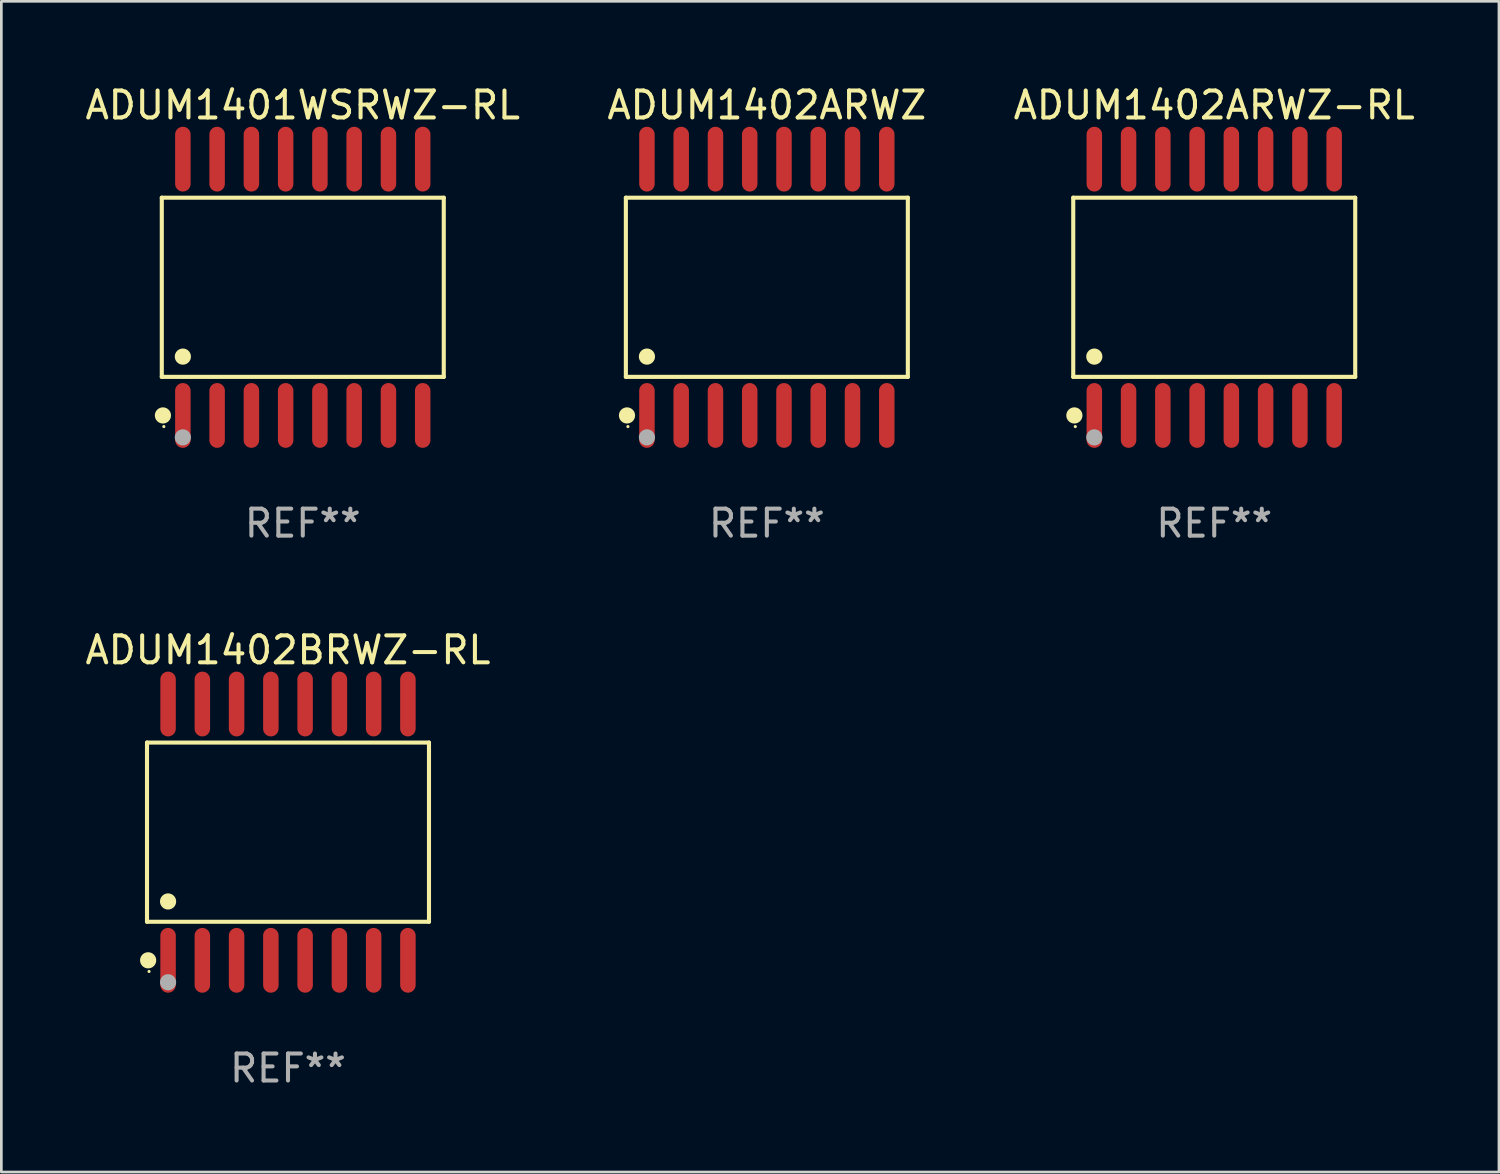
<source format=kicad_pcb>
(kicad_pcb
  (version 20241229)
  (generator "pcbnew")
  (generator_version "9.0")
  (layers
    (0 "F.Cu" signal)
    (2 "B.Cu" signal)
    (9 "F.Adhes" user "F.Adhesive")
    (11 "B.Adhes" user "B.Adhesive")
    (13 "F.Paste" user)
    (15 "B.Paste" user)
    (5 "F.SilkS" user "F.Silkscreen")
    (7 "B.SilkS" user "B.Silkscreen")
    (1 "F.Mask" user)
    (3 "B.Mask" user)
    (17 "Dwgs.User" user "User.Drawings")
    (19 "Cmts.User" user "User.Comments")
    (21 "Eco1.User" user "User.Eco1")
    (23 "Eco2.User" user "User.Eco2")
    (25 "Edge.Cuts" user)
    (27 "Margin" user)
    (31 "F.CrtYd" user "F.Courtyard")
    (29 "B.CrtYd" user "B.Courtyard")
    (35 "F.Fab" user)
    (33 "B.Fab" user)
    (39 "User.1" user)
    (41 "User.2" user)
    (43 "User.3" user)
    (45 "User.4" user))
  (footprint "ADUM1401WSRWZ-RL"
    (layer "F.Cu")
    (at 8.173 7.599)
    (property "Reference" "ADUM1401WSRWZ-RL" (at 0 -6.75 0) (layer "F.SilkS") (effects (font (size 1 1) (thickness 0.15))))
    (attr through_hole)
    (fp_line (start -5.226 -3.321) (end 5.226 -3.321) (stroke (width 0.152) (type solid)) (layer "F.SilkS"))
    (fp_line (start -5.226 3.321) (end -5.226 -3.321) (stroke (width 0.152) (type solid)) (layer "F.SilkS"))
    (fp_line (start 5.226 -3.321) (end 5.226 3.321) (stroke (width 0.152) (type solid)) (layer "F.SilkS"))
    (fp_line (start 5.226 3.321) (end -5.226 3.321) (stroke (width 0.152) (type solid)) (layer "F.SilkS"))
    (fp_circle (center -5.184 4.75) (end -5.034 4.75) (stroke (width 0.3) (type solid)) (fill no) (layer "F.SilkS"))
    (fp_circle (center -5.15 5.163) (end -5.12 5.163) (stroke (width 0.06) (type solid)) (fill no) (layer "F.SilkS"))
    (fp_circle (center -4.445 2.569) (end -4.295 2.569) (stroke (width 0.3) (type solid)) (fill no) (layer "F.SilkS"))
    (fp_circle (center -4.445 5.563) (end -4.295 5.563) (stroke (width 0.3) (type solid)) (fill no) (layer "F.Fab"))
    (fp_text user "REF**" (at 0 8.75 0) (layer "F.Fab") (effects (font (size 1 1) (thickness 0.15))))
    (pad "1" smd oval (at -4.445 4.75) (size 0.574 2.401) (layers "F.Cu" "F.Mask" "F.Paste"))
    (pad "2" smd oval (at -3.175 4.75) (size 0.574 2.401) (layers "F.Cu" "F.Mask" "F.Paste"))
    (pad "3" smd oval (at -1.905 4.75) (size 0.574 2.401) (layers "F.Cu" "F.Mask" "F.Paste"))
    (pad "4" smd oval (at -0.635 4.75) (size 0.574 2.401) (layers "F.Cu" "F.Mask" "F.Paste"))
    (pad "5" smd oval (at 0.635 4.75) (size 0.574 2.401) (layers "F.Cu" "F.Mask" "F.Paste"))
    (pad "6" smd oval (at 1.905 4.75) (size 0.574 2.401) (layers "F.Cu" "F.Mask" "F.Paste"))
    (pad "7" smd oval (at 3.175 4.75) (size 0.574 2.401) (layers "F.Cu" "F.Mask" "F.Paste"))
    (pad "8" smd oval (at 4.445 4.75) (size 0.574 2.401) (layers "F.Cu" "F.Mask" "F.Paste"))
    (pad "9" smd oval (at 4.445 -4.75) (size 0.574 2.401) (layers "F.Cu" "F.Mask" "F.Paste"))
    (pad "10" smd oval (at 3.175 -4.75) (size 0.574 2.401) (layers "F.Cu" "F.Mask" "F.Paste"))
    (pad "11" smd oval (at 1.905 -4.75) (size 0.574 2.401) (layers "F.Cu" "F.Mask" "F.Paste"))
    (pad "12" smd oval (at 0.635 -4.75) (size 0.574 2.401) (layers "F.Cu" "F.Mask" "F.Paste"))
    (pad "13" smd oval (at -0.635 -4.75) (size 0.574 2.401) (layers "F.Cu" "F.Mask" "F.Paste"))
    (pad "14" smd oval (at -1.905 -4.75) (size 0.574 2.401) (layers "F.Cu" "F.Mask" "F.Paste"))
    (pad "15" smd oval (at -3.175 -4.75) (size 0.574 2.401) (layers "F.Cu" "F.Mask" "F.Paste"))
    (pad "16" smd oval (at -4.445 -4.75) (size 0.574 2.401) (layers "F.Cu" "F.Mask" "F.Paste")))
  (footprint "ADUM1402ARWZ-RL"
    (layer "F.Cu")
    (at 41.958 7.599)
    (property "Reference" "ADUM1402ARWZ-RL" (at 0 -6.75 0) (layer "F.SilkS") (effects (font (size 1 1) (thickness 0.15))))
    (attr through_hole)
    (fp_line (start -5.226 -3.321) (end 5.226 -3.321) (stroke (width 0.152) (type solid)) (layer "F.SilkS"))
    (fp_line (start -5.226 3.321) (end -5.226 -3.321) (stroke (width 0.152) (type solid)) (layer "F.SilkS"))
    (fp_line (start 5.226 -3.321) (end 5.226 3.321) (stroke (width 0.152) (type solid)) (layer "F.SilkS"))
    (fp_line (start 5.226 3.321) (end -5.226 3.321) (stroke (width 0.152) (type solid)) (layer "F.SilkS"))
    (fp_circle (center -5.184 4.75) (end -5.034 4.75) (stroke (width 0.3) (type solid)) (fill no) (layer "F.SilkS"))
    (fp_circle (center -5.15 5.163) (end -5.12 5.163) (stroke (width 0.06) (type solid)) (fill no) (layer "F.SilkS"))
    (fp_circle (center -4.445 2.569) (end -4.295 2.569) (stroke (width 0.3) (type solid)) (fill no) (layer "F.SilkS"))
    (fp_circle (center -4.445 5.563) (end -4.295 5.563) (stroke (width 0.3) (type solid)) (fill no) (layer "F.Fab"))
    (fp_text user "REF**" (at 0 8.75 0) (layer "F.Fab") (effects (font (size 1 1) (thickness 0.15))))
    (pad "1" smd oval (at -4.445 4.75) (size 0.574 2.401) (layers "F.Cu" "F.Mask" "F.Paste"))
    (pad "2" smd oval (at -3.175 4.75) (size 0.574 2.401) (layers "F.Cu" "F.Mask" "F.Paste"))
    (pad "3" smd oval (at -1.905 4.75) (size 0.574 2.401) (layers "F.Cu" "F.Mask" "F.Paste"))
    (pad "4" smd oval (at -0.635 4.75) (size 0.574 2.401) (layers "F.Cu" "F.Mask" "F.Paste"))
    (pad "5" smd oval (at 0.635 4.75) (size 0.574 2.401) (layers "F.Cu" "F.Mask" "F.Paste"))
    (pad "6" smd oval (at 1.905 4.75) (size 0.574 2.401) (layers "F.Cu" "F.Mask" "F.Paste"))
    (pad "7" smd oval (at 3.175 4.75) (size 0.574 2.401) (layers "F.Cu" "F.Mask" "F.Paste"))
    (pad "8" smd oval (at 4.445 4.75) (size 0.574 2.401) (layers "F.Cu" "F.Mask" "F.Paste"))
    (pad "9" smd oval (at 4.445 -4.75) (size 0.574 2.401) (layers "F.Cu" "F.Mask" "F.Paste"))
    (pad "10" smd oval (at 3.175 -4.75) (size 0.574 2.401) (layers "F.Cu" "F.Mask" "F.Paste"))
    (pad "11" smd oval (at 1.905 -4.75) (size 0.574 2.401) (layers "F.Cu" "F.Mask" "F.Paste"))
    (pad "12" smd oval (at 0.635 -4.75) (size 0.574 2.401) (layers "F.Cu" "F.Mask" "F.Paste"))
    (pad "13" smd oval (at -0.635 -4.75) (size 0.574 2.401) (layers "F.Cu" "F.Mask" "F.Paste"))
    (pad "14" smd oval (at -1.905 -4.75) (size 0.574 2.401) (layers "F.Cu" "F.Mask" "F.Paste"))
    (pad "15" smd oval (at -3.175 -4.75) (size 0.574 2.401) (layers "F.Cu" "F.Mask" "F.Paste"))
    (pad "16" smd oval (at -4.445 -4.75) (size 0.574 2.401) (layers "F.Cu" "F.Mask" "F.Paste")))
  (footprint "ADUM1402ARWZ"
    (layer "F.Cu")
    (at 25.375 7.599)
    (property "Reference" "ADUM1402ARWZ" (at 0 -6.75 0) (layer "F.SilkS") (effects (font (size 1 1) (thickness 0.15))))
    (attr through_hole)
    (fp_line (start -5.226 -3.321) (end 5.226 -3.321) (stroke (width 0.152) (type solid)) (layer "F.SilkS"))
    (fp_line (start -5.226 3.321) (end -5.226 -3.321) (stroke (width 0.152) (type solid)) (layer "F.SilkS"))
    (fp_line (start 5.226 -3.321) (end 5.226 3.321) (stroke (width 0.152) (type solid)) (layer "F.SilkS"))
    (fp_line (start 5.226 3.321) (end -5.226 3.321) (stroke (width 0.152) (type solid)) (layer "F.SilkS"))
    (fp_circle (center -5.184 4.75) (end -5.034 4.75) (stroke (width 0.3) (type solid)) (fill no) (layer "F.SilkS"))
    (fp_circle (center -5.15 5.163) (end -5.12 5.163) (stroke (width 0.06) (type solid)) (fill no) (layer "F.SilkS"))
    (fp_circle (center -4.445 2.569) (end -4.295 2.569) (stroke (width 0.3) (type solid)) (fill no) (layer "F.SilkS"))
    (fp_circle (center -4.445 5.563) (end -4.295 5.563) (stroke (width 0.3) (type solid)) (fill no) (layer "F.Fab"))
    (fp_text user "REF**" (at 0 8.75 0) (layer "F.Fab") (effects (font (size 1 1) (thickness 0.15))))
    (pad "1" smd oval (at -4.445 4.75) (size 0.574 2.401) (layers "F.Cu" "F.Mask" "F.Paste"))
    (pad "2" smd oval (at -3.175 4.75) (size 0.574 2.401) (layers "F.Cu" "F.Mask" "F.Paste"))
    (pad "3" smd oval (at -1.905 4.75) (size 0.574 2.401) (layers "F.Cu" "F.Mask" "F.Paste"))
    (pad "4" smd oval (at -0.635 4.75) (size 0.574 2.401) (layers "F.Cu" "F.Mask" "F.Paste"))
    (pad "5" smd oval (at 0.635 4.75) (size 0.574 2.401) (layers "F.Cu" "F.Mask" "F.Paste"))
    (pad "6" smd oval (at 1.905 4.75) (size 0.574 2.401) (layers "F.Cu" "F.Mask" "F.Paste"))
    (pad "7" smd oval (at 3.175 4.75) (size 0.574 2.401) (layers "F.Cu" "F.Mask" "F.Paste"))
    (pad "8" smd oval (at 4.445 4.75) (size 0.574 2.401) (layers "F.Cu" "F.Mask" "F.Paste"))
    (pad "9" smd oval (at 4.445 -4.75) (size 0.574 2.401) (layers "F.Cu" "F.Mask" "F.Paste"))
    (pad "10" smd oval (at 3.175 -4.75) (size 0.574 2.401) (layers "F.Cu" "F.Mask" "F.Paste"))
    (pad "11" smd oval (at 1.905 -4.75) (size 0.574 2.401) (layers "F.Cu" "F.Mask" "F.Paste"))
    (pad "12" smd oval (at 0.635 -4.75) (size 0.574 2.401) (layers "F.Cu" "F.Mask" "F.Paste"))
    (pad "13" smd oval (at -0.635 -4.75) (size 0.574 2.401) (layers "F.Cu" "F.Mask" "F.Paste"))
    (pad "14" smd oval (at -1.905 -4.75) (size 0.574 2.401) (layers "F.Cu" "F.Mask" "F.Paste"))
    (pad "15" smd oval (at -3.175 -4.75) (size 0.574 2.401) (layers "F.Cu" "F.Mask" "F.Paste"))
    (pad "16" smd oval (at -4.445 -4.75) (size 0.574 2.401) (layers "F.Cu" "F.Mask" "F.Paste")))
  (footprint "ADUM1402BRWZ-RL"
    (layer "F.Cu")
    (at 7.625 27.796)
    (property "Reference" "ADUM1402BRWZ-RL" (at 0 -6.75 0) (layer "F.SilkS") (effects (font (size 1 1) (thickness 0.15))))
    (attr through_hole)
    (fp_line (start -5.226 -3.321) (end 5.226 -3.321) (stroke (width 0.152) (type solid)) (layer "F.SilkS"))
    (fp_line (start -5.226 3.321) (end -5.226 -3.321) (stroke (width 0.152) (type solid)) (layer "F.SilkS"))
    (fp_line (start 5.226 -3.321) (end 5.226 3.321) (stroke (width 0.152) (type solid)) (layer "F.SilkS"))
    (fp_line (start 5.226 3.321) (end -5.226 3.321) (stroke (width 0.152) (type solid)) (layer "F.SilkS"))
    (fp_circle (center -5.184 4.75) (end -5.034 4.75) (stroke (width 0.3) (type solid)) (fill no) (layer "F.SilkS"))
    (fp_circle (center -5.15 5.163) (end -5.12 5.163) (stroke (width 0.06) (type solid)) (fill no) (layer "F.SilkS"))
    (fp_circle (center -4.445 2.569) (end -4.295 2.569) (stroke (width 0.3) (type solid)) (fill no) (layer "F.SilkS"))
    (fp_circle (center -4.445 5.563) (end -4.295 5.563) (stroke (width 0.3) (type solid)) (fill no) (layer "F.Fab"))
    (fp_text user "REF**" (at 0 8.75 0) (layer "F.Fab") (effects (font (size 1 1) (thickness 0.15))))
    (pad "1" smd oval (at -4.445 4.75) (size 0.574 2.401) (layers "F.Cu" "F.Mask" "F.Paste"))
    (pad "2" smd oval (at -3.175 4.75) (size 0.574 2.401) (layers "F.Cu" "F.Mask" "F.Paste"))
    (pad "3" smd oval (at -1.905 4.75) (size 0.574 2.401) (layers "F.Cu" "F.Mask" "F.Paste"))
    (pad "4" smd oval (at -0.635 4.75) (size 0.574 2.401) (layers "F.Cu" "F.Mask" "F.Paste"))
    (pad "5" smd oval (at 0.635 4.75) (size 0.574 2.401) (layers "F.Cu" "F.Mask" "F.Paste"))
    (pad "6" smd oval (at 1.905 4.75) (size 0.574 2.401) (layers "F.Cu" "F.Mask" "F.Paste"))
    (pad "7" smd oval (at 3.175 4.75) (size 0.574 2.401) (layers "F.Cu" "F.Mask" "F.Paste"))
    (pad "8" smd oval (at 4.445 4.75) (size 0.574 2.401) (layers "F.Cu" "F.Mask" "F.Paste"))
    (pad "9" smd oval (at 4.445 -4.75) (size 0.574 2.401) (layers "F.Cu" "F.Mask" "F.Paste"))
    (pad "10" smd oval (at 3.175 -4.75) (size 0.574 2.401) (layers "F.Cu" "F.Mask" "F.Paste"))
    (pad "11" smd oval (at 1.905 -4.75) (size 0.574 2.401) (layers "F.Cu" "F.Mask" "F.Paste"))
    (pad "12" smd oval (at 0.635 -4.75) (size 0.574 2.401) (layers "F.Cu" "F.Mask" "F.Paste"))
    (pad "13" smd oval (at -0.635 -4.75) (size 0.574 2.401) (layers "F.Cu" "F.Mask" "F.Paste"))
    (pad "14" smd oval (at -1.905 -4.75) (size 0.574 2.401) (layers "F.Cu" "F.Mask" "F.Paste"))
    (pad "15" smd oval (at -3.175 -4.75) (size 0.574 2.401) (layers "F.Cu" "F.Mask" "F.Paste"))
    (pad "16" smd oval (at -4.445 -4.75) (size 0.574 2.401) (layers "F.Cu" "F.Mask" "F.Paste")))
  (gr_rect
    (start -3 -3)
    (end 52.512 40.394)
    (stroke (width 0.1) (type default))
    (fill no)
    (layer "Edge.Cuts")))
</source>
